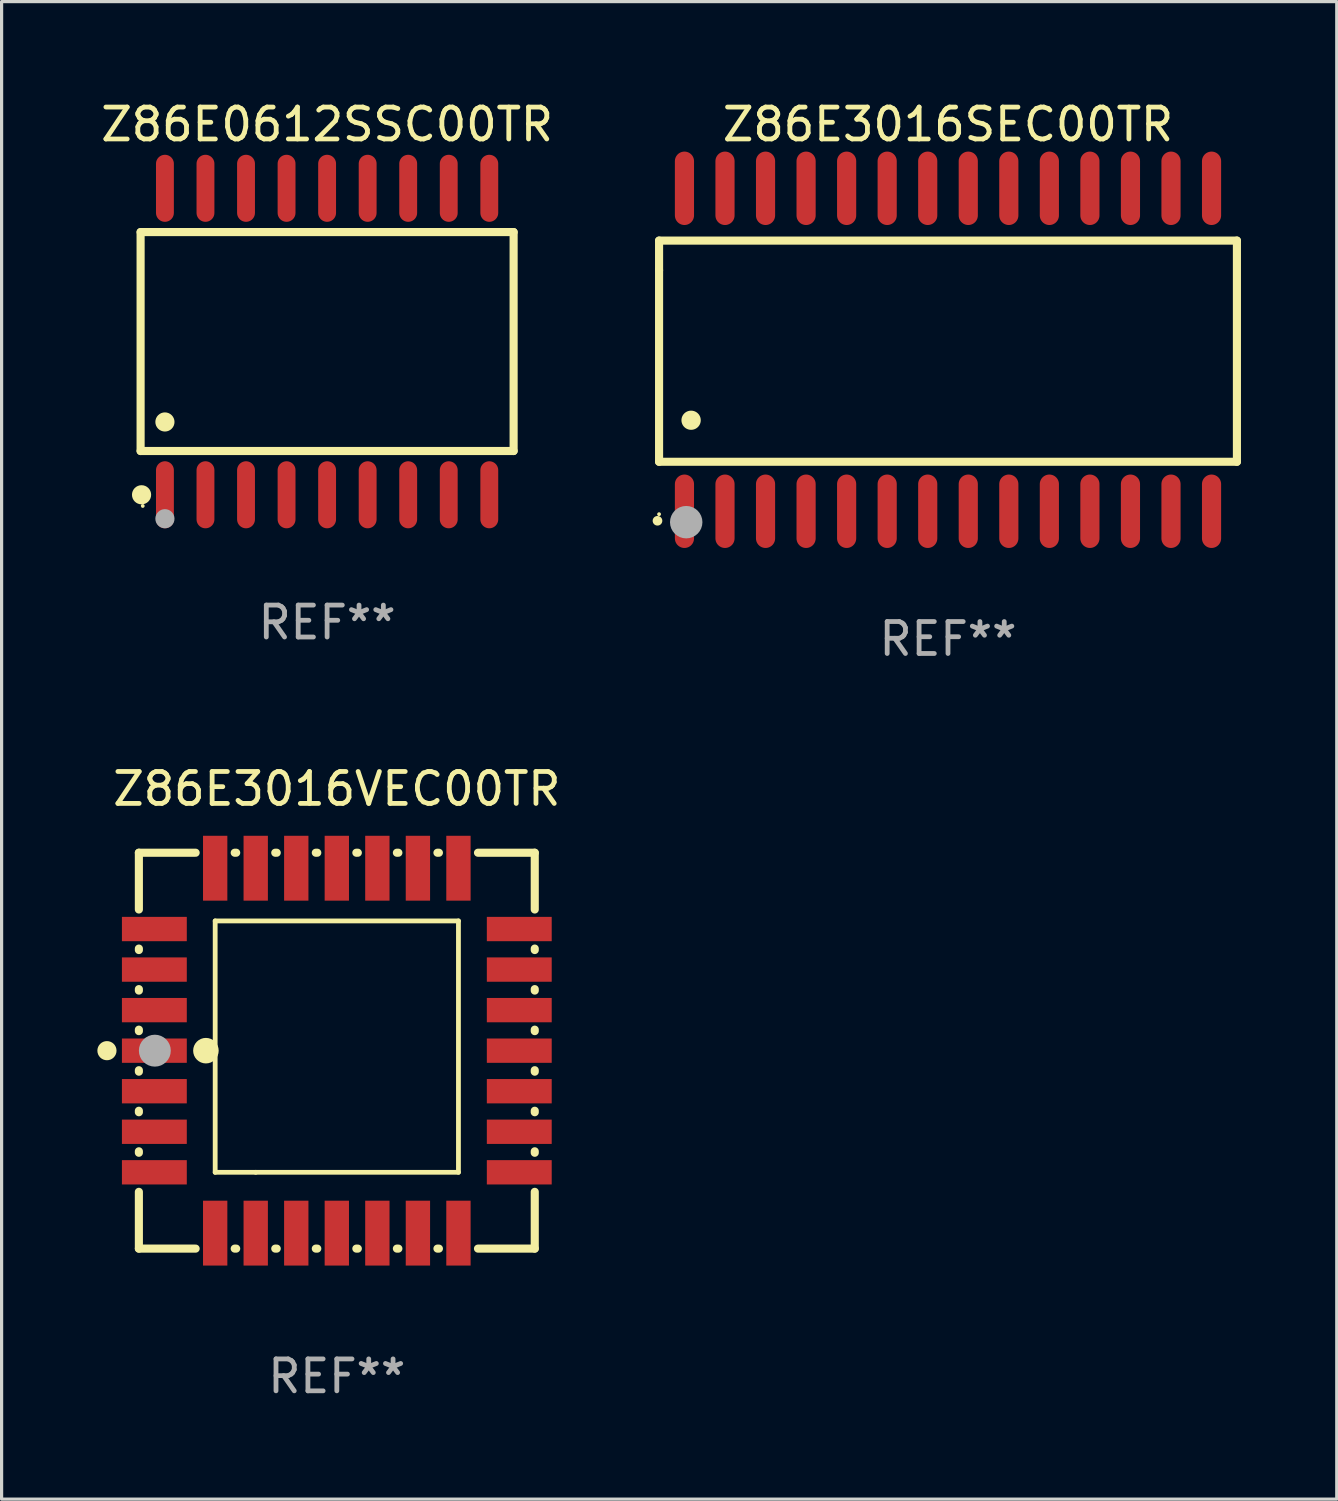
<source format=kicad_pcb>
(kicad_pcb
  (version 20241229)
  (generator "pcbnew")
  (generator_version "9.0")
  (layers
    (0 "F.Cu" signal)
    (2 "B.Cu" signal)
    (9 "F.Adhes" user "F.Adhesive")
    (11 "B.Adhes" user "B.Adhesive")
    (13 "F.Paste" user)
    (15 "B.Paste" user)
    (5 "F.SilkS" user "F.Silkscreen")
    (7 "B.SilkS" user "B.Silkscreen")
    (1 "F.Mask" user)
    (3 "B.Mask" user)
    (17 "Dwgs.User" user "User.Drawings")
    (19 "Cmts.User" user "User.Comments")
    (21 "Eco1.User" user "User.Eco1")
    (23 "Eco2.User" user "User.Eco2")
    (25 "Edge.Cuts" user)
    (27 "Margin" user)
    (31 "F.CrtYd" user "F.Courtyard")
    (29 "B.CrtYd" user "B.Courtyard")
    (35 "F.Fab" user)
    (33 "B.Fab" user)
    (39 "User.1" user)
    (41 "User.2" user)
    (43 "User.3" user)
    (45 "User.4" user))
  (footprint "Z86E3016SEC00TR"
    (layer "F.Cu")
    (at 26.644 7.906)
    (property "Reference" "Z86E3016SEC00TR" (at 0 -7.058 0) (layer "F.SilkS") (effects (font (size 1 1) (thickness 0.15))))
    (attr through_hole)
    (fp_line (start -9.05 -3.42) (end 9.05 -3.42) (stroke (width 0.254) (type solid)) (layer "F.SilkS"))
    (fp_line (start -9.05 -2.492) (end -9.05 -3.42) (stroke (width 0.254) (type solid)) (layer "F.SilkS"))
    (fp_line (start -9.05 3.508) (end -9.05 -2.492) (stroke (width 0.254) (type solid)) (layer "F.SilkS"))
    (fp_line (start 9.05 -3.42) (end 9.05 3.508) (stroke (width 0.254) (type solid)) (layer "F.SilkS"))
    (fp_line (start 9.05 3.508) (end -9.05 3.508) (stroke (width 0.254) (type solid)) (layer "F.SilkS"))
    (fp_arc (start -9.100838 5.35649) (mid -9.099568 5.356485) (end -9.098298 5.35649) (stroke (width 0.3) (type solid)) (layer "F.SilkS"))
    (fp_arc (start -8.049276 2.206883) (mid -8.046736 2.206872) (end -8.044196 2.206883) (stroke (width 0.6) (type solid)) (layer "F.SilkS"))
    (fp_circle (center -9.05 5.15) (end -9.02 5.15) (stroke (width 0.06) (type solid)) (fill no) (layer "F.SilkS"))
    (fp_circle (center -8.2 5.4) (end -7.946 5.4) (stroke (width 0.508) (type solid)) (fill no) (layer "F.Fab"))
    (fp_text user "REF**" (at 0 9.058 0) (layer "F.Fab") (effects (font (size 1 1) (thickness 0.15))))
    (pad "1" smd oval (at -8.255 5.058 180) (size 0.6 2.3) (layers "F.Cu" "F.Mask" "F.Paste"))
    (pad "2" smd oval (at -6.985 5.058 180) (size 0.6 2.3) (layers "F.Cu" "F.Mask" "F.Paste"))
    (pad "3" smd oval (at -5.715 5.058 180) (size 0.6 2.3) (layers "F.Cu" "F.Mask" "F.Paste"))
    (pad "4" smd oval (at -4.445 5.058 180) (size 0.6 2.3) (layers "F.Cu" "F.Mask" "F.Paste"))
    (pad "5" smd oval (at -3.175 5.058 180) (size 0.6 2.3) (layers "F.Cu" "F.Mask" "F.Paste"))
    (pad "6" smd oval (at -1.905 5.058 180) (size 0.6 2.3) (layers "F.Cu" "F.Mask" "F.Paste"))
    (pad "7" smd oval (at -0.635 5.058 180) (size 0.6 2.3) (layers "F.Cu" "F.Mask" "F.Paste"))
    (pad "8" smd oval (at 0.635 5.058 180) (size 0.6 2.3) (layers "F.Cu" "F.Mask" "F.Paste"))
    (pad "9" smd oval (at 1.905 5.058 180) (size 0.6 2.3) (layers "F.Cu" "F.Mask" "F.Paste"))
    (pad "10" smd oval (at 3.175 5.058 180) (size 0.6 2.3) (layers "F.Cu" "F.Mask" "F.Paste"))
    (pad "11" smd oval (at 4.445 5.058 180) (size 0.6 2.3) (layers "F.Cu" "F.Mask" "F.Paste"))
    (pad "12" smd oval (at 5.715 5.058 180) (size 0.6 2.3) (layers "F.Cu" "F.Mask" "F.Paste"))
    (pad "13" smd oval (at 6.985 5.058 180) (size 0.6 2.3) (layers "F.Cu" "F.Mask" "F.Paste"))
    (pad "14" smd oval (at 8.255 5.058 180) (size 0.6 2.3) (layers "F.Cu" "F.Mask" "F.Paste"))
    (pad "15" smd oval (at 8.255 -5.058 180) (size 0.6 2.3) (layers "F.Cu" "F.Mask" "F.Paste"))
    (pad "16" smd oval (at 6.985 -5.058 180) (size 0.6 2.3) (layers "F.Cu" "F.Mask" "F.Paste"))
    (pad "17" smd oval (at 5.715 -5.058 180) (size 0.6 2.3) (layers "F.Cu" "F.Mask" "F.Paste"))
    (pad "18" smd oval (at 4.445 -5.058 180) (size 0.6 2.3) (layers "F.Cu" "F.Mask" "F.Paste"))
    (pad "19" smd oval (at 3.175 -5.058 180) (size 0.6 2.3) (layers "F.Cu" "F.Mask" "F.Paste"))
    (pad "20" smd oval (at 1.905 -5.058 180) (size 0.6 2.3) (layers "F.Cu" "F.Mask" "F.Paste"))
    (pad "21" smd oval (at 0.635 -5.058 180) (size 0.6 2.3) (layers "F.Cu" "F.Mask" "F.Paste"))
    (pad "22" smd oval (at -0.635 -5.058 180) (size 0.6 2.3) (layers "F.Cu" "F.Mask" "F.Paste"))
    (pad "23" smd oval (at -1.905 -5.058 180) (size 0.6 2.3) (layers "F.Cu" "F.Mask" "F.Paste"))
    (pad "24" smd oval (at -3.175 -5.058 180) (size 0.6 2.3) (layers "F.Cu" "F.Mask" "F.Paste"))
    (pad "25" smd oval (at -4.445 -5.058 180) (size 0.6 2.3) (layers "F.Cu" "F.Mask" "F.Paste"))
    (pad "26" smd oval (at -5.715 -5.058 180) (size 0.6 2.3) (layers "F.Cu" "F.Mask" "F.Paste"))
    (pad "27" smd oval (at -6.985 -5.058 180) (size 0.6 2.3) (layers "F.Cu" "F.Mask" "F.Paste"))
    (pad "28" smd oval (at -8.255 -5.058 180) (size 0.6 2.3) (layers "F.Cu" "F.Mask" "F.Paste")))
  (footprint "Z86E0612SSC00TR"
    (layer "F.Cu")
    (at 7.196 7.648)
    (property "Reference" "Z86E0612SSC00TR" (at 0 -6.8 0) (layer "F.SilkS") (effects (font (size 1 1) (thickness 0.15))))
    (attr through_hole)
    (fp_line (start -5.842 -3.429) (end -5.842 3.429) (stroke (width 0.254) (type solid)) (layer "F.SilkS"))
    (fp_line (start -5.842 3.429) (end 5.842 3.429) (stroke (width 0.254) (type solid)) (layer "F.SilkS"))
    (fp_line (start 5.842 -3.429) (end -5.842 -3.429) (stroke (width 0.254) (type solid)) (layer "F.SilkS"))
    (fp_line (start 5.842 3.429) (end 5.842 -3.429) (stroke (width 0.254) (type solid)) (layer "F.SilkS"))
    (fp_circle (center -5.812 4.8) (end -5.662 4.8) (stroke (width 0.3) (type solid)) (fill no) (layer "F.SilkS"))
    (fp_circle (center -5.775 5.15) (end -5.745 5.15) (stroke (width 0.06) (type solid)) (fill no) (layer "F.SilkS"))
    (fp_circle (center -5.08 2.519) (end -4.93 2.519) (stroke (width 0.3) (type solid)) (fill no) (layer "F.SilkS"))
    (fp_circle (center -5.08 5.55) (end -4.93 5.55) (stroke (width 0.3) (type solid)) (fill no) (layer "F.Fab"))
    (fp_text user "REF**" (at 0 8.8 0) (layer "F.Fab") (effects (font (size 1 1) (thickness 0.15))))
    (pad "1" smd oval (at -5.08 4.8) (size 0.56 2.1) (layers "F.Cu" "F.Mask" "F.Paste"))
    (pad "2" smd oval (at -3.81 4.8) (size 0.56 2.1) (layers "F.Cu" "F.Mask" "F.Paste"))
    (pad "3" smd oval (at -2.54 4.8) (size 0.56 2.1) (layers "F.Cu" "F.Mask" "F.Paste"))
    (pad "4" smd oval (at -1.27 4.8) (size 0.56 2.1) (layers "F.Cu" "F.Mask" "F.Paste"))
    (pad "5" smd oval (at 0 4.8) (size 0.56 2.1) (layers "F.Cu" "F.Mask" "F.Paste"))
    (pad "6" smd oval (at 1.27 4.8) (size 0.56 2.1) (layers "F.Cu" "F.Mask" "F.Paste"))
    (pad "7" smd oval (at 2.54 4.8) (size 0.56 2.1) (layers "F.Cu" "F.Mask" "F.Paste"))
    (pad "8" smd oval (at 3.81 4.8) (size 0.56 2.1) (layers "F.Cu" "F.Mask" "F.Paste"))
    (pad "9" smd oval (at 5.08 4.8) (size 0.56 2.1) (layers "F.Cu" "F.Mask" "F.Paste"))
    (pad "10" smd oval (at 5.08 -4.8) (size 0.56 2.1) (layers "F.Cu" "F.Mask" "F.Paste"))
    (pad "11" smd oval (at 3.81 -4.8) (size 0.56 2.1) (layers "F.Cu" "F.Mask" "F.Paste"))
    (pad "12" smd oval (at 2.54 -4.8) (size 0.56 2.1) (layers "F.Cu" "F.Mask" "F.Paste"))
    (pad "13" smd oval (at 1.27 -4.8) (size 0.56 2.1) (layers "F.Cu" "F.Mask" "F.Paste"))
    (pad "14" smd oval (at 0 -4.8) (size 0.56 2.1) (layers "F.Cu" "F.Mask" "F.Paste"))
    (pad "15" smd oval (at -1.27 -4.8) (size 0.56 2.1) (layers "F.Cu" "F.Mask" "F.Paste"))
    (pad "16" smd oval (at -2.54 -4.8) (size 0.56 2.1) (layers "F.Cu" "F.Mask" "F.Paste"))
    (pad "17" smd oval (at -3.81 -4.8) (size 0.56 2.1) (layers "F.Cu" "F.Mask" "F.Paste"))
    (pad "18" smd oval (at -5.08 -4.8) (size 0.56 2.1) (layers "F.Cu" "F.Mask" "F.Paste")))
  (footprint "Z86E3016VEC00TR"
    (layer "F.Cu")
    (at 7.5 29.86)
    (property "Reference" "Z86E3016VEC00TR" (at 0 -8.2 0) (layer "F.SilkS") (effects (font (size 1 1) (thickness 0.15))))
    (attr through_hole)
    (fp_line (start -6.2 -6.2) (end -4.422 -6.2) (stroke (width 0.254) (type solid)) (layer "F.SilkS"))
    (fp_line (start -6.2 -4.422) (end -6.2 -6.2) (stroke (width 0.254) (type solid)) (layer "F.SilkS"))
    (fp_line (start -6.2 -3.152) (end -6.2 -3.198) (stroke (width 0.254) (type solid)) (layer "F.SilkS"))
    (fp_line (start -6.2 -1.882) (end -6.2 -1.928) (stroke (width 0.254) (type solid)) (layer "F.SilkS"))
    (fp_line (start -6.2 -0.612) (end -6.2 -0.658) (stroke (width 0.254) (type solid)) (layer "F.SilkS"))
    (fp_line (start -6.2 0.658) (end -6.2 0.612) (stroke (width 0.254) (type solid)) (layer "F.SilkS"))
    (fp_line (start -6.2 1.928) (end -6.2 1.882) (stroke (width 0.254) (type solid)) (layer "F.SilkS"))
    (fp_line (start -6.2 3.198) (end -6.2 3.152) (stroke (width 0.254) (type solid)) (layer "F.SilkS"))
    (fp_line (start -6.2 6.2) (end -6.2 4.422) (stroke (width 0.254) (type solid)) (layer "F.SilkS"))
    (fp_line (start -4.422 6.2) (end -6.2 6.2) (stroke (width 0.254) (type solid)) (layer "F.SilkS"))
    (fp_line (start -3.81 -4.064) (end 3.81 -4.064) (stroke (width 0.15) (type solid)) (layer "F.SilkS"))
    (fp_line (start -3.81 3.81) (end -3.81 -4.064) (stroke (width 0.15) (type solid)) (layer "F.SilkS"))
    (fp_line (start -3.198 -6.2) (end -3.152 -6.2) (stroke (width 0.254) (type solid)) (layer "F.SilkS"))
    (fp_line (start -3.152 6.2) (end -3.198 6.2) (stroke (width 0.254) (type solid)) (layer "F.SilkS"))
    (fp_line (start -2.54 3.81) (end -3.81 3.81) (stroke (width 0.15) (type solid)) (layer "F.SilkS"))
    (fp_line (start -1.928 -6.2) (end -1.882 -6.2) (stroke (width 0.254) (type solid)) (layer "F.SilkS"))
    (fp_line (start -1.882 6.2) (end -1.928 6.2) (stroke (width 0.254) (type solid)) (layer "F.SilkS"))
    (fp_line (start -0.658 -6.2) (end -0.612 -6.2) (stroke (width 0.254) (type solid)) (layer "F.SilkS"))
    (fp_line (start -0.612 6.2) (end -0.658 6.2) (stroke (width 0.254) (type solid)) (layer "F.SilkS"))
    (fp_line (start 0.612 -6.2) (end 0.658 -6.2) (stroke (width 0.254) (type solid)) (layer "F.SilkS"))
    (fp_line (start 0.658 6.2) (end 0.612 6.2) (stroke (width 0.254) (type solid)) (layer "F.SilkS"))
    (fp_line (start 1.882 -6.2) (end 1.928 -6.2) (stroke (width 0.254) (type solid)) (layer "F.SilkS"))
    (fp_line (start 1.928 6.2) (end 1.882 6.2) (stroke (width 0.254) (type solid)) (layer "F.SilkS"))
    (fp_line (start 3.152 -6.2) (end 3.198 -6.2) (stroke (width 0.254) (type solid)) (layer "F.SilkS"))
    (fp_line (start 3.198 6.2) (end 3.152 6.2) (stroke (width 0.254) (type solid)) (layer "F.SilkS"))
    (fp_line (start 3.81 -4.064) (end 3.81 3.81) (stroke (width 0.15) (type solid)) (layer "F.SilkS"))
    (fp_line (start 3.81 3.81) (end -2.54 3.81) (stroke (width 0.15) (type solid)) (layer "F.SilkS"))
    (fp_line (start 4.422 -6.2) (end 6.2 -6.2) (stroke (width 0.254) (type solid)) (layer "F.SilkS"))
    (fp_line (start 6.2 -6.2) (end 6.2 -4.422) (stroke (width 0.254) (type solid)) (layer "F.SilkS"))
    (fp_line (start 6.2 -3.198) (end 6.2 -3.152) (stroke (width 0.254) (type solid)) (layer "F.SilkS"))
    (fp_line (start 6.2 -1.928) (end 6.2 -1.882) (stroke (width 0.254) (type solid)) (layer "F.SilkS"))
    (fp_line (start 6.2 -0.658) (end 6.2 -0.612) (stroke (width 0.254) (type solid)) (layer "F.SilkS"))
    (fp_line (start 6.2 0.612) (end 6.2 0.658) (stroke (width 0.254) (type solid)) (layer "F.SilkS"))
    (fp_line (start 6.2 1.882) (end 6.2 1.928) (stroke (width 0.254) (type solid)) (layer "F.SilkS"))
    (fp_line (start 6.2 3.152) (end 6.2 3.198) (stroke (width 0.254) (type solid)) (layer "F.SilkS"))
    (fp_line (start 6.2 4.422) (end 6.2 6.2) (stroke (width 0.254) (type solid)) (layer "F.SilkS"))
    (fp_line (start 6.2 6.2) (end 4.422 6.2) (stroke (width 0.254) (type solid)) (layer "F.SilkS"))
    (fp_circle (center -7.2 0) (end -7.05 0) (stroke (width 0.3) (type solid)) (fill no) (layer "F.SilkS"))
    (fp_circle (center -6.223 6.223) (end -6.193 6.223) (stroke (width 0.06) (type solid)) (fill no) (layer "F.SilkS"))
    (fp_circle (center -4.1 0) (end -3.9 0) (stroke (width 0.4) (type solid)) (fill no) (layer "F.SilkS"))
    (fp_circle (center -5.7 0) (end -5.45 0) (stroke (width 0.5) (type solid)) (fill no) (layer "F.Fab"))
    (fp_text user "REF**" (at 0 10.2 0) (layer "F.Fab") (effects (font (size 1 1) (thickness 0.15))))
    (pad "1" smd rect (at -5.715 0) (size 2.032 0.762) (layers "F.Cu" "F.Mask" "F.Paste"))
    (pad "2" smd rect (at -5.715 1.27) (size 2.032 0.762) (layers "F.Cu" "F.Mask" "F.Paste"))
    (pad "3" smd rect (at -5.715 2.54) (size 2.032 0.762) (layers "F.Cu" "F.Mask" "F.Paste"))
    (pad "4" smd rect (at -5.715 3.81) (size 2.032 0.762) (layers "F.Cu" "F.Mask" "F.Paste"))
    (pad "5" smd rect (at -3.81 5.715) (size 0.762 2.032) (layers "F.Cu" "F.Mask" "F.Paste"))
    (pad "6" smd rect (at -2.54 5.715) (size 0.762 2.032) (layers "F.Cu" "F.Mask" "F.Paste"))
    (pad "7" smd rect (at -1.27 5.715) (size 0.762 2.032) (layers "F.Cu" "F.Mask" "F.Paste"))
    (pad "8" smd rect (at 0 5.715) (size 0.762 2.032) (layers "F.Cu" "F.Mask" "F.Paste"))
    (pad "9" smd rect (at 1.27 5.715) (size 0.762 2.032) (layers "F.Cu" "F.Mask" "F.Paste"))
    (pad "10" smd rect (at 2.54 5.715) (size 0.762 2.032) (layers "F.Cu" "F.Mask" "F.Paste"))
    (pad "11" smd rect (at 3.81 5.715) (size 0.762 2.032) (layers "F.Cu" "F.Mask" "F.Paste"))
    (pad "12" smd rect (at 5.715 3.81) (size 2.032 0.762) (layers "F.Cu" "F.Mask" "F.Paste"))
    (pad "13" smd rect (at 5.715 2.54) (size 2.032 0.762) (layers "F.Cu" "F.Mask" "F.Paste"))
    (pad "14" smd rect (at 5.715 1.27) (size 2.032 0.762) (layers "F.Cu" "F.Mask" "F.Paste"))
    (pad "15" smd rect (at 5.715 0) (size 2.032 0.762) (layers "F.Cu" "F.Mask" "F.Paste"))
    (pad "16" smd rect (at 5.715 -1.27) (size 2.032 0.762) (layers "F.Cu" "F.Mask" "F.Paste"))
    (pad "17" smd rect (at 5.715 -2.54) (size 2.032 0.762) (layers "F.Cu" "F.Mask" "F.Paste"))
    (pad "18" smd rect (at 5.715 -3.81) (size 2.032 0.762) (layers "F.Cu" "F.Mask" "F.Paste"))
    (pad "19" smd rect (at 3.81 -5.715) (size 0.762 2.032) (layers "F.Cu" "F.Mask" "F.Paste"))
    (pad "20" smd rect (at 2.54 -5.715) (size 0.762 2.032) (layers "F.Cu" "F.Mask" "F.Paste"))
    (pad "21" smd rect (at 1.27 -5.715) (size 0.762 2.032) (layers "F.Cu" "F.Mask" "F.Paste"))
    (pad "22" smd rect (at 0 -5.715) (size 0.762 2.032) (layers "F.Cu" "F.Mask" "F.Paste"))
    (pad "23" smd rect (at -1.27 -5.715) (size 0.762 2.032) (layers "F.Cu" "F.Mask" "F.Paste"))
    (pad "24" smd rect (at -2.54 -5.715) (size 0.762 2.032) (layers "F.Cu" "F.Mask" "F.Paste"))
    (pad "25" smd rect (at -3.81 -5.715) (size 0.762 2.032) (layers "F.Cu" "F.Mask" "F.Paste"))
    (pad "26" smd rect (at -5.715 -3.81) (size 2.032 0.762) (layers "F.Cu" "F.Mask" "F.Paste"))
    (pad "27" smd rect (at -5.715 -2.54) (size 2.032 0.762) (layers "F.Cu" "F.Mask" "F.Paste"))
    (pad "28" smd rect (at -5.715 -1.27) (size 2.032 0.762) (layers "F.Cu" "F.Mask" "F.Paste")))
  (gr_rect
    (start -3 -3)
    (end 38.821 43.908)
    (stroke (width 0.1) (type default))
    (fill no)
    (layer "Edge.Cuts")))
</source>
